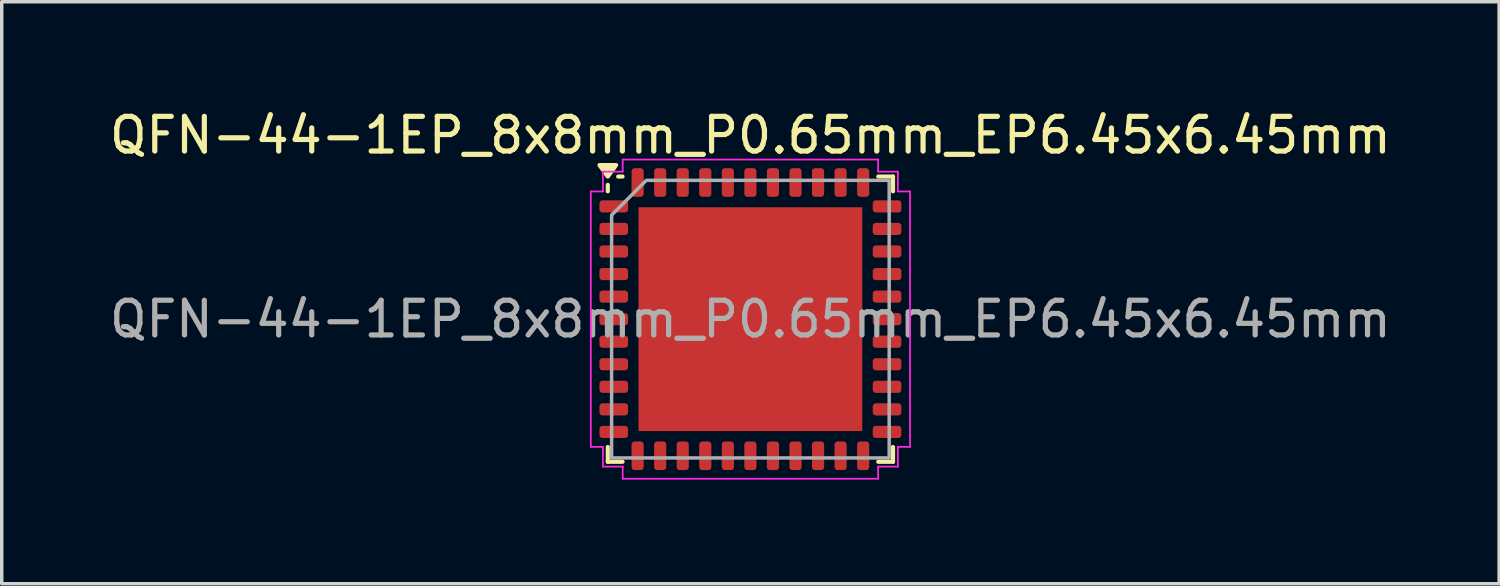
<source format=kicad_pcb>
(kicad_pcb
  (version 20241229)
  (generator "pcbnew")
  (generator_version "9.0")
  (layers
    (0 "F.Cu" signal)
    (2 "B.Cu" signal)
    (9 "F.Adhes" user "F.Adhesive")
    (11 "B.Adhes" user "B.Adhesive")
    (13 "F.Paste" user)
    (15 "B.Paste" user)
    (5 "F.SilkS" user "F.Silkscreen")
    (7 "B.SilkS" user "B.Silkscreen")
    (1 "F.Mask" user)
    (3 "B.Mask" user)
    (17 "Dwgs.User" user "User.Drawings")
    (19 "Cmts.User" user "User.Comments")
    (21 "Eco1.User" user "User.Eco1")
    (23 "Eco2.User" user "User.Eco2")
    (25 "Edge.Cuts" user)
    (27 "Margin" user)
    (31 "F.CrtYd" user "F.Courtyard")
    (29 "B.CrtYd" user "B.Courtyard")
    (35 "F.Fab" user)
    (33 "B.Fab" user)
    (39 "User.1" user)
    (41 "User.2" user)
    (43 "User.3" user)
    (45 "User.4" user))
  (footprint "QFN-44-1EP_8x8mm_P0.65mm_EP6.45x6.45mm"
    (layer "F.Cu")
    (at 18.577 6.148)
    (property "Reference" "QFN-44-1EP_8x8mm_P0.65mm_EP6.45x6.45mm" (at 0 -5.3 0) (layer "F.SilkS") (effects (font (size 1 1) (thickness 0.15))))
    (attr smd)
    (fp_line (start -4.11 -3.685) (end -4.11 -3.87) (stroke (width 0.12) (type solid)) (layer "F.SilkS"))
    (fp_line (start -4.11 4.11) (end -4.11 3.685) (stroke (width 0.12) (type solid)) (layer "F.SilkS"))
    (fp_line (start -3.685 -4.11) (end -3.81 -4.11) (stroke (width 0.12) (type solid)) (layer "F.SilkS"))
    (fp_line (start -3.685 4.11) (end -4.11 4.11) (stroke (width 0.12) (type solid)) (layer "F.SilkS"))
    (fp_line (start 3.685 -4.11) (end 4.11 -4.11) (stroke (width 0.12) (type solid)) (layer "F.SilkS"))
    (fp_line (start 3.685 4.11) (end 4.11 4.11) (stroke (width 0.12) (type solid)) (layer "F.SilkS"))
    (fp_line (start 4.11 -4.11) (end 4.11 -3.685) (stroke (width 0.12) (type solid)) (layer "F.SilkS"))
    (fp_line (start 4.11 4.11) (end 4.11 3.685) (stroke (width 0.12) (type solid)) (layer "F.SilkS"))
    (fp_poly (pts (xy -4.11 -4.11) (xy -4.35 -4.44) (xy -3.87 -4.44)) (stroke (width 0.12) (type solid)) (fill yes) (layer "F.SilkS"))
    (fp_line (start -4.6 -3.68) (end -4.25 -3.68) (stroke (width 0.05) (type solid)) (layer "F.CrtYd"))
    (fp_line (start -4.6 3.68) (end -4.6 -3.68) (stroke (width 0.05) (type solid)) (layer "F.CrtYd"))
    (fp_line (start -4.25 -4.25) (end -3.68 -4.25) (stroke (width 0.05) (type solid)) (layer "F.CrtYd"))
    (fp_line (start -4.25 -3.68) (end -4.25 -4.25) (stroke (width 0.05) (type solid)) (layer "F.CrtYd"))
    (fp_line (start -4.25 3.68) (end -4.6 3.68) (stroke (width 0.05) (type solid)) (layer "F.CrtYd"))
    (fp_line (start -4.25 4.25) (end -4.25 3.68) (stroke (width 0.05) (type solid)) (layer "F.CrtYd"))
    (fp_line (start -3.68 -4.6) (end 3.68 -4.6) (stroke (width 0.05) (type solid)) (layer "F.CrtYd"))
    (fp_line (start -3.68 -4.25) (end -3.68 -4.6) (stroke (width 0.05) (type solid)) (layer "F.CrtYd"))
    (fp_line (start -3.68 4.25) (end -4.25 4.25) (stroke (width 0.05) (type solid)) (layer "F.CrtYd"))
    (fp_line (start -3.68 4.6) (end -3.68 4.25) (stroke (width 0.05) (type solid)) (layer "F.CrtYd"))
    (fp_line (start 3.68 -4.6) (end 3.68 -4.25) (stroke (width 0.05) (type solid)) (layer "F.CrtYd"))
    (fp_line (start 3.68 -4.25) (end 4.25 -4.25) (stroke (width 0.05) (type solid)) (layer "F.CrtYd"))
    (fp_line (start 3.68 4.25) (end 3.68 4.6) (stroke (width 0.05) (type solid)) (layer "F.CrtYd"))
    (fp_line (start 3.68 4.6) (end -3.68 4.6) (stroke (width 0.05) (type solid)) (layer "F.CrtYd"))
    (fp_line (start 4.25 -4.25) (end 4.25 -3.68) (stroke (width 0.05) (type solid)) (layer "F.CrtYd"))
    (fp_line (start 4.25 -3.68) (end 4.6 -3.68) (stroke (width 0.05) (type solid)) (layer "F.CrtYd"))
    (fp_line (start 4.25 3.68) (end 4.25 4.25) (stroke (width 0.05) (type solid)) (layer "F.CrtYd"))
    (fp_line (start 4.25 4.25) (end 3.68 4.25) (stroke (width 0.05) (type solid)) (layer "F.CrtYd"))
    (fp_line (start 4.6 -3.68) (end 4.6 3.68) (stroke (width 0.05) (type solid)) (layer "F.CrtYd"))
    (fp_line (start 4.6 3.68) (end 4.25 3.68) (stroke (width 0.05) (type solid)) (layer "F.CrtYd"))
    (fp_poly (pts (xy -4 -3) (xy -4 4) (xy 4 4) (xy 4 -4) (xy -3 -4)) (stroke (width 0.1) (type solid)) (fill no) (layer "F.Fab"))
    (fp_text user "${REFERENCE}" (at 0 0 0) (layer "F.Fab") (effects (font (size 1 1) (thickness 0.15))))
    (pad "" smd roundrect (at -2.58 -2.58) (size 1.04 1.04) (layers "F.Paste") (roundrect_rratio 0.24))
    (pad "" smd roundrect (at -2.58 -1.29) (size 1.04 1.04) (layers "F.Paste") (roundrect_rratio 0.24))
    (pad "" smd roundrect (at -2.58 0) (size 1.04 1.04) (layers "F.Paste") (roundrect_rratio 0.24))
    (pad "" smd roundrect (at -2.58 1.29) (size 1.04 1.04) (layers "F.Paste") (roundrect_rratio 0.24))
    (pad "" smd roundrect (at -2.58 2.58) (size 1.04 1.04) (layers "F.Paste") (roundrect_rratio 0.24))
    (pad "" smd roundrect (at -1.29 -2.58) (size 1.04 1.04) (layers "F.Paste") (roundrect_rratio 0.24))
    (pad "" smd roundrect (at -1.29 -1.29) (size 1.04 1.04) (layers "F.Paste") (roundrect_rratio 0.24))
    (pad "" smd roundrect (at -1.29 0) (size 1.04 1.04) (layers "F.Paste") (roundrect_rratio 0.24))
    (pad "" smd roundrect (at -1.29 1.29) (size 1.04 1.04) (layers "F.Paste") (roundrect_rratio 0.24))
    (pad "" smd roundrect (at -1.29 2.58) (size 1.04 1.04) (layers "F.Paste") (roundrect_rratio 0.24))
    (pad "" smd roundrect (at 0 -2.58) (size 1.04 1.04) (layers "F.Paste") (roundrect_rratio 0.24))
    (pad "" smd roundrect (at 0 -1.29) (size 1.04 1.04) (layers "F.Paste") (roundrect_rratio 0.24))
    (pad "" smd roundrect (at 0 0) (size 1.04 1.04) (layers "F.Paste") (roundrect_rratio 0.24))
    (pad "" smd roundrect (at 0 1.29) (size 1.04 1.04) (layers "F.Paste") (roundrect_rratio 0.24))
    (pad "" smd roundrect (at 0 2.58) (size 1.04 1.04) (layers "F.Paste") (roundrect_rratio 0.24))
    (pad "" smd roundrect (at 1.29 -2.58) (size 1.04 1.04) (layers "F.Paste") (roundrect_rratio 0.24))
    (pad "" smd roundrect (at 1.29 -1.29) (size 1.04 1.04) (layers "F.Paste") (roundrect_rratio 0.24))
    (pad "" smd roundrect (at 1.29 0) (size 1.04 1.04) (layers "F.Paste") (roundrect_rratio 0.24))
    (pad "" smd roundrect (at 1.29 1.29) (size 1.04 1.04) (layers "F.Paste") (roundrect_rratio 0.24))
    (pad "" smd roundrect (at 1.29 2.58) (size 1.04 1.04) (layers "F.Paste") (roundrect_rratio 0.24))
    (pad "" smd roundrect (at 2.58 -2.58) (size 1.04 1.04) (layers "F.Paste") (roundrect_rratio 0.24))
    (pad "" smd roundrect (at 2.58 -1.29) (size 1.04 1.04) (layers "F.Paste") (roundrect_rratio 0.24))
    (pad "" smd roundrect (at 2.58 0) (size 1.04 1.04) (layers "F.Paste") (roundrect_rratio 0.24))
    (pad "" smd roundrect (at 2.58 1.29) (size 1.04 1.04) (layers "F.Paste") (roundrect_rratio 0.24))
    (pad "" smd roundrect (at 2.58 2.58) (size 1.04 1.04) (layers "F.Paste") (roundrect_rratio 0.24))
    (pad "1" smd roundrect (at -3.938 -3.25) (size 0.825 0.35) (layers "F.Cu" "F.Mask" "F.Paste") (roundrect_rratio 0.25))
    (pad "2" smd roundrect (at -3.938 -2.6) (size 0.825 0.35) (layers "F.Cu" "F.Mask" "F.Paste") (roundrect_rratio 0.25))
    (pad "3" smd roundrect (at -3.938 -1.95) (size 0.825 0.35) (layers "F.Cu" "F.Mask" "F.Paste") (roundrect_rratio 0.25))
    (pad "4" smd roundrect (at -3.938 -1.3) (size 0.825 0.35) (layers "F.Cu" "F.Mask" "F.Paste") (roundrect_rratio 0.25))
    (pad "5" smd roundrect (at -3.938 -0.65) (size 0.825 0.35) (layers "F.Cu" "F.Mask" "F.Paste") (roundrect_rratio 0.25))
    (pad "6" smd roundrect (at -3.938 0) (size 0.825 0.35) (layers "F.Cu" "F.Mask" "F.Paste") (roundrect_rratio 0.25))
    (pad "7" smd roundrect (at -3.938 0.65) (size 0.825 0.35) (layers "F.Cu" "F.Mask" "F.Paste") (roundrect_rratio 0.25))
    (pad "8" smd roundrect (at -3.938 1.3) (size 0.825 0.35) (layers "F.Cu" "F.Mask" "F.Paste") (roundrect_rratio 0.25))
    (pad "9" smd roundrect (at -3.938 1.95) (size 0.825 0.35) (layers "F.Cu" "F.Mask" "F.Paste") (roundrect_rratio 0.25))
    (pad "10" smd roundrect (at -3.938 2.6) (size 0.825 0.35) (layers "F.Cu" "F.Mask" "F.Paste") (roundrect_rratio 0.25))
    (pad "11" smd roundrect (at -3.938 3.25) (size 0.825 0.35) (layers "F.Cu" "F.Mask" "F.Paste") (roundrect_rratio 0.25))
    (pad "12" smd roundrect (at -3.25 3.938) (size 0.35 0.825) (layers "F.Cu" "F.Mask" "F.Paste") (roundrect_rratio 0.25))
    (pad "13" smd roundrect (at -2.6 3.938) (size 0.35 0.825) (layers "F.Cu" "F.Mask" "F.Paste") (roundrect_rratio 0.25))
    (pad "14" smd roundrect (at -1.95 3.938) (size 0.35 0.825) (layers "F.Cu" "F.Mask" "F.Paste") (roundrect_rratio 0.25))
    (pad "15" smd roundrect (at -1.3 3.938) (size 0.35 0.825) (layers "F.Cu" "F.Mask" "F.Paste") (roundrect_rratio 0.25))
    (pad "16" smd roundrect (at -0.65 3.938) (size 0.35 0.825) (layers "F.Cu" "F.Mask" "F.Paste") (roundrect_rratio 0.25))
    (pad "17" smd roundrect (at 0 3.938) (size 0.35 0.825) (layers "F.Cu" "F.Mask" "F.Paste") (roundrect_rratio 0.25))
    (pad "18" smd roundrect (at 0.65 3.938) (size 0.35 0.825) (layers "F.Cu" "F.Mask" "F.Paste") (roundrect_rratio 0.25))
    (pad "19" smd roundrect (at 1.3 3.938) (size 0.35 0.825) (layers "F.Cu" "F.Mask" "F.Paste") (roundrect_rratio 0.25))
    (pad "20" smd roundrect (at 1.95 3.938) (size 0.35 0.825) (layers "F.Cu" "F.Mask" "F.Paste") (roundrect_rratio 0.25))
    (pad "21" smd roundrect (at 2.6 3.938) (size 0.35 0.825) (layers "F.Cu" "F.Mask" "F.Paste") (roundrect_rratio 0.25))
    (pad "22" smd roundrect (at 3.25 3.938) (size 0.35 0.825) (layers "F.Cu" "F.Mask" "F.Paste") (roundrect_rratio 0.25))
    (pad "23" smd roundrect (at 3.938 3.25) (size 0.825 0.35) (layers "F.Cu" "F.Mask" "F.Paste") (roundrect_rratio 0.25))
    (pad "24" smd roundrect (at 3.938 2.6) (size 0.825 0.35) (layers "F.Cu" "F.Mask" "F.Paste") (roundrect_rratio 0.25))
    (pad "25" smd roundrect (at 3.938 1.95) (size 0.825 0.35) (layers "F.Cu" "F.Mask" "F.Paste") (roundrect_rratio 0.25))
    (pad "26" smd roundrect (at 3.938 1.3) (size 0.825 0.35) (layers "F.Cu" "F.Mask" "F.Paste") (roundrect_rratio 0.25))
    (pad "27" smd roundrect (at 3.938 0.65) (size 0.825 0.35) (layers "F.Cu" "F.Mask" "F.Paste") (roundrect_rratio 0.25))
    (pad "28" smd roundrect (at 3.938 0) (size 0.825 0.35) (layers "F.Cu" "F.Mask" "F.Paste") (roundrect_rratio 0.25))
    (pad "29" smd roundrect (at 3.938 -0.65) (size 0.825 0.35) (layers "F.Cu" "F.Mask" "F.Paste") (roundrect_rratio 0.25))
    (pad "30" smd roundrect (at 3.938 -1.3) (size 0.825 0.35) (layers "F.Cu" "F.Mask" "F.Paste") (roundrect_rratio 0.25))
    (pad "31" smd roundrect (at 3.938 -1.95) (size 0.825 0.35) (layers "F.Cu" "F.Mask" "F.Paste") (roundrect_rratio 0.25))
    (pad "32" smd roundrect (at 3.938 -2.6) (size 0.825 0.35) (layers "F.Cu" "F.Mask" "F.Paste") (roundrect_rratio 0.25))
    (pad "33" smd roundrect (at 3.938 -3.25) (size 0.825 0.35) (layers "F.Cu" "F.Mask" "F.Paste") (roundrect_rratio 0.25))
    (pad "34" smd roundrect (at 3.25 -3.938) (size 0.35 0.825) (layers "F.Cu" "F.Mask" "F.Paste") (roundrect_rratio 0.25))
    (pad "35" smd roundrect (at 2.6 -3.938) (size 0.35 0.825) (layers "F.Cu" "F.Mask" "F.Paste") (roundrect_rratio 0.25))
    (pad "36" smd roundrect (at 1.95 -3.938) (size 0.35 0.825) (layers "F.Cu" "F.Mask" "F.Paste") (roundrect_rratio 0.25))
    (pad "37" smd roundrect (at 1.3 -3.938) (size 0.35 0.825) (layers "F.Cu" "F.Mask" "F.Paste") (roundrect_rratio 0.25))
    (pad "38" smd roundrect (at 0.65 -3.938) (size 0.35 0.825) (layers "F.Cu" "F.Mask" "F.Paste") (roundrect_rratio 0.25))
    (pad "39" smd roundrect (at 0 -3.938) (size 0.35 0.825) (layers "F.Cu" "F.Mask" "F.Paste") (roundrect_rratio 0.25))
    (pad "40" smd roundrect (at -0.65 -3.938) (size 0.35 0.825) (layers "F.Cu" "F.Mask" "F.Paste") (roundrect_rratio 0.25))
    (pad "41" smd roundrect (at -1.3 -3.938) (size 0.35 0.825) (layers "F.Cu" "F.Mask" "F.Paste") (roundrect_rratio 0.25))
    (pad "42" smd roundrect (at -1.95 -3.938) (size 0.35 0.825) (layers "F.Cu" "F.Mask" "F.Paste") (roundrect_rratio 0.25))
    (pad "43" smd roundrect (at -2.6 -3.938) (size 0.35 0.825) (layers "F.Cu" "F.Mask" "F.Paste") (roundrect_rratio 0.25))
    (pad "44" smd roundrect (at -3.25 -3.938) (size 0.35 0.825) (layers "F.Cu" "F.Mask" "F.Paste") (roundrect_rratio 0.25))
    (pad "45" smd rect (at 0 0) (size 6.45 6.45) (property pad_prop_heatsink) (layers "F.Cu" "F.Mask")))
  (gr_rect
    (start -3 -3)
    (end 40.155 13.773)
    (stroke (width 0.1) (type default))
    (fill no)
    (layer "Edge.Cuts")))
</source>
